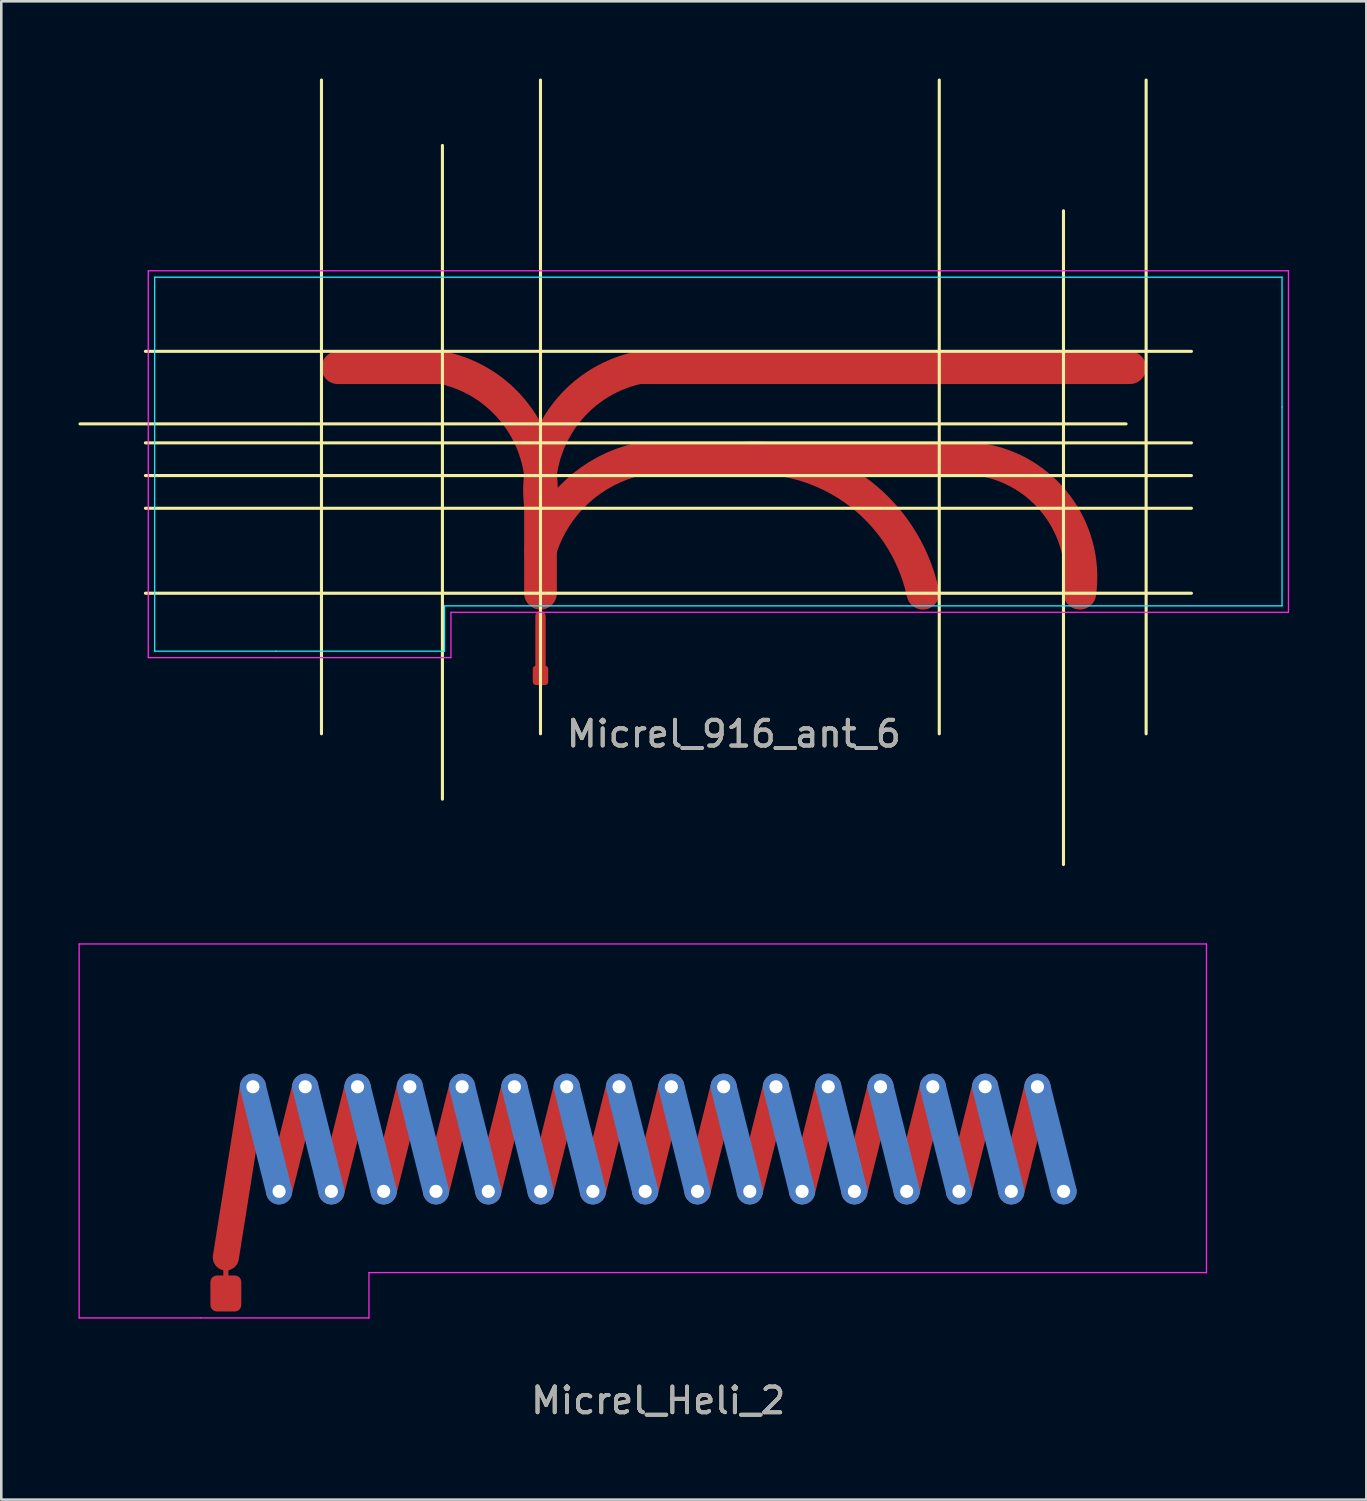
<source format=kicad_pcb>
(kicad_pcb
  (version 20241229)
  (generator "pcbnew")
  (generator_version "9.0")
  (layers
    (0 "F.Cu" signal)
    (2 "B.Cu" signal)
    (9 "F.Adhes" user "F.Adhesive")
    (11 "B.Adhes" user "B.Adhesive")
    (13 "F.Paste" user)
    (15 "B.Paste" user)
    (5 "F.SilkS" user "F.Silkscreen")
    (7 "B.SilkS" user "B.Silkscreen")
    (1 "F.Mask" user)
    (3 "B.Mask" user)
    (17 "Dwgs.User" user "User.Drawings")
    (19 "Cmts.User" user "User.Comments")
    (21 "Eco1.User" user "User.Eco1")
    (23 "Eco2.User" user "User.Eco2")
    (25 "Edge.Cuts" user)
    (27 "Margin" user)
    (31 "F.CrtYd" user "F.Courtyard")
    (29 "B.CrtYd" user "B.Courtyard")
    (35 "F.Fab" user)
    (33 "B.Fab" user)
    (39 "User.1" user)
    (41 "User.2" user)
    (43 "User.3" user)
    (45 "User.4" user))
  (footprint "Micrel_Heli_2"
    (layer "F.Cu")
    (at 22.525 41.205)
    (property "Reference" "Micrel_Heli_2" (at 0 10.16 0) (unlocked yes) (layer "F.SilkS") (effects (font (size 1 1) (thickness 0.15))))
    (attr smd)
    (fp_line (start -16.8 4.597) (end -16.8 5.8) (stroke (width 0.2) (type solid)) (layer "F.Cu"))
    (fp_line (start -16.8 4.597) (end -15.748 -2.032) (stroke (width 1.016) (type solid)) (layer "F.Cu"))
    (fp_line (start -14.732 2.032) (end -13.716 -2.032) (stroke (width 1.016) (type solid)) (layer "F.Cu"))
    (fp_line (start -12.7 2.032) (end -11.684 -2.032) (stroke (width 1.016) (type solid)) (layer "F.Cu"))
    (fp_line (start -10.668 2.032) (end -9.652 -2.032) (stroke (width 1.016) (type solid)) (layer "F.Cu"))
    (fp_line (start -8.636 2.032) (end -7.62 -2.032) (stroke (width 1.016) (type solid)) (layer "F.Cu"))
    (fp_line (start -6.604 2.032) (end -5.588 -2.032) (stroke (width 1.016) (type solid)) (layer "F.Cu"))
    (fp_line (start -4.572 2.032) (end -3.556 -2.032) (stroke (width 1.016) (type solid)) (layer "F.Cu"))
    (fp_line (start -2.54 2.032) (end -1.524 -2.032) (stroke (width 1.016) (type solid)) (layer "F.Cu"))
    (fp_line (start -0.508 2.032) (end 0.508 -2.032) (stroke (width 1.016) (type solid)) (layer "F.Cu"))
    (fp_line (start 1.524 2.032) (end 2.54 -2.032) (stroke (width 1.016) (type solid)) (layer "F.Cu"))
    (fp_line (start 3.556 2.032) (end 4.572 -2.032) (stroke (width 1.016) (type solid)) (layer "F.Cu"))
    (fp_line (start 5.588 2.032) (end 6.604 -2.032) (stroke (width 1.016) (type solid)) (layer "F.Cu"))
    (fp_line (start 7.62 2.032) (end 8.636 -2.032) (stroke (width 1.016) (type solid)) (layer "F.Cu"))
    (fp_line (start 9.652 2.032) (end 10.668 -2.032) (stroke (width 1.016) (type solid)) (layer "F.Cu"))
    (fp_line (start 11.684 2.032) (end 12.7 -2.032) (stroke (width 1.016) (type solid)) (layer "F.Cu"))
    (fp_line (start 13.716 2.032) (end 14.732 -2.032) (stroke (width 1.016) (type solid)) (layer "F.Cu"))
    (fp_line (start -14.732 2.032) (end -15.748 -2.032) (stroke (width 1.016) (type solid)) (layer "B.Cu"))
    (fp_line (start -12.7 2.032) (end -13.716 -2.032) (stroke (width 1.016) (type solid)) (layer "B.Cu"))
    (fp_line (start -10.668 2.032) (end -11.684 -2.032) (stroke (width 1.016) (type solid)) (layer "B.Cu"))
    (fp_line (start -8.636 2.032) (end -9.652 -2.032) (stroke (width 1.016) (type solid)) (layer "B.Cu"))
    (fp_line (start -6.604 2.032) (end -7.62 -2.032) (stroke (width 1.016) (type solid)) (layer "B.Cu"))
    (fp_line (start -4.572 2.032) (end -5.588 -2.032) (stroke (width 1.016) (type solid)) (layer "B.Cu"))
    (fp_line (start -2.54 2.032) (end -3.556 -2.032) (stroke (width 1.016) (type solid)) (layer "B.Cu"))
    (fp_line (start -0.508 2.032) (end -1.524 -2.032) (stroke (width 1.016) (type solid)) (layer "B.Cu"))
    (fp_line (start 1.524 2.032) (end 0.508 -2.032) (stroke (width 1.016) (type solid)) (layer "B.Cu"))
    (fp_line (start 3.556 2.032) (end 2.54 -2.032) (stroke (width 1.016) (type solid)) (layer "B.Cu"))
    (fp_line (start 5.588 2.032) (end 4.572 -2.032) (stroke (width 1.016) (type solid)) (layer "B.Cu"))
    (fp_line (start 7.62 2.032) (end 6.604 -2.032) (stroke (width 1.016) (type solid)) (layer "B.Cu"))
    (fp_line (start 9.652 2.032) (end 8.636 -2.032) (stroke (width 1.016) (type solid)) (layer "B.Cu"))
    (fp_line (start 11.684 2.032) (end 10.668 -2.032) (stroke (width 1.016) (type solid)) (layer "B.Cu"))
    (fp_line (start 13.716 2.032) (end 12.7 -2.032) (stroke (width 1.016) (type solid)) (layer "B.Cu"))
    (fp_line (start 15.748 2.032) (end 14.732 -2.032) (stroke (width 1.016) (type solid)) (layer "B.Cu"))
    (fp_line (start -22.5 -7.58) (end -22.5 6.95) (stroke (width 0.05) (type solid)) (layer "F.CrtYd"))
    (fp_line (start -22.5 -7.58) (end 21.3 -7.58) (stroke (width 0.05) (type solid)) (layer "F.CrtYd"))
    (fp_line (start -17.78 6.95) (end -22.5 6.95) (stroke (width 0.05) (type solid)) (layer "F.CrtYd"))
    (fp_line (start -11.24 6.95) (end -17.78 6.95) (stroke (width 0.05) (type solid)) (layer "F.CrtYd"))
    (fp_line (start -11.24 6.95) (end -11.24 5.189) (stroke (width 0.05) (type solid)) (layer "F.CrtYd"))
    (fp_line (start 21.3 -7.58) (end 21.3 5.189) (stroke (width 0.05) (type solid)) (layer "F.CrtYd"))
    (fp_line (start 21.3 5.189) (end -11.24 5.189) (stroke (width 0.05) (type solid)) (layer "F.CrtYd"))
    (fp_text user "${REFERENCE}" (at 0 10.16 0) (unlocked yes) (layer "F.Fab") (effects (font (size 1 1) (thickness 0.15))))
    (pad "" thru_hole circle (at -15.748 -2.032) (size 1 1) (drill 0.508) (layers "*.Cu" "*.Mask"))
    (pad "" thru_hole circle (at -14.732 2.032) (size 1 1) (drill 0.508) (layers "*.Cu" "*.Mask"))
    (pad "" thru_hole circle (at -13.716 -2.032) (size 1 1) (drill 0.508) (layers "*.Cu" "*.Mask"))
    (pad "" thru_hole circle (at -12.7 2.032) (size 1 1) (drill 0.508) (layers "*.Cu" "*.Mask"))
    (pad "" thru_hole circle (at -11.684 -2.032) (size 1 1) (drill 0.508) (layers "*.Cu" "*.Mask"))
    (pad "" thru_hole circle (at -10.668 2.032) (size 1 1) (drill 0.508) (layers "*.Cu" "*.Mask"))
    (pad "" thru_hole circle (at -9.652 -2.032) (size 1 1) (drill 0.508) (layers "*.Cu" "*.Mask"))
    (pad "" thru_hole circle (at -8.636 2.032) (size 1 1) (drill 0.508) (layers "*.Cu" "*.Mask"))
    (pad "" thru_hole circle (at -7.62 -2.032) (size 1 1) (drill 0.508) (layers "*.Cu" "*.Mask"))
    (pad "" thru_hole circle (at -6.604 2.032) (size 1 1) (drill 0.508) (layers "*.Cu" "*.Mask"))
    (pad "" thru_hole circle (at -5.588 -2.032) (size 1 1) (drill 0.508) (layers "*.Cu" "*.Mask"))
    (pad "" thru_hole circle (at -4.572 2.032) (size 1 1) (drill 0.508) (layers "*.Cu" "*.Mask"))
    (pad "" thru_hole circle (at -3.556 -2.032) (size 1 1) (drill 0.508) (layers "*.Cu" "*.Mask"))
    (pad "" thru_hole circle (at -2.54 2.032) (size 1 1) (drill 0.508) (layers "*.Cu" "*.Mask"))
    (pad "" thru_hole circle (at -1.524 -2.032) (size 1 1) (drill 0.508) (layers "*.Cu" "*.Mask"))
    (pad "" thru_hole circle (at -0.508 2.032) (size 1 1) (drill 0.508) (layers "*.Cu" "*.Mask"))
    (pad "" thru_hole circle (at 0.508 -2.032) (size 1 1) (drill 0.508) (layers "*.Cu" "*.Mask"))
    (pad "" thru_hole circle (at 1.524 2.032) (size 1 1) (drill 0.508) (layers "*.Cu" "*.Mask"))
    (pad "" thru_hole circle (at 2.54 -2.032) (size 1 1) (drill 0.508) (layers "*.Cu" "*.Mask"))
    (pad "" thru_hole circle (at 3.556 2.032) (size 1 1) (drill 0.508) (layers "*.Cu" "*.Mask"))
    (pad "" thru_hole circle (at 4.572 -2.032) (size 1 1) (drill 0.508) (layers "*.Cu" "*.Mask"))
    (pad "" thru_hole circle (at 5.588 2.032) (size 1 1) (drill 0.508) (layers "*.Cu" "*.Mask"))
    (pad "" thru_hole circle (at 6.604 -2.032) (size 1 1) (drill 0.508) (layers "*.Cu" "*.Mask"))
    (pad "" thru_hole circle (at 7.62 2.032) (size 1 1) (drill 0.508) (layers "*.Cu" "*.Mask"))
    (pad "" thru_hole circle (at 8.636 -2.032) (size 1 1) (drill 0.508) (layers "*.Cu" "*.Mask"))
    (pad "" thru_hole circle (at 9.652 2.032) (size 1 1) (drill 0.508) (layers "*.Cu" "*.Mask"))
    (pad "" thru_hole circle (at 10.668 -2.032) (size 1 1) (drill 0.508) (layers "*.Cu" "*.Mask"))
    (pad "" thru_hole circle (at 11.684 2.032) (size 1 1) (drill 0.508) (layers "*.Cu" "*.Mask"))
    (pad "" thru_hole circle (at 12.7 -2.032) (size 1 1) (drill 0.508) (layers "*.Cu" "*.Mask"))
    (pad "" thru_hole circle (at 13.716 2.032) (size 1 1) (drill 0.508) (layers "*.Cu" "*.Mask"))
    (pad "" thru_hole circle (at 14.732 -2.032) (size 1 1) (drill 0.508) (layers "*.Cu" "*.Mask"))
    (pad "" thru_hole circle (at 15.748 2.032) (size 1 1) (drill 0.508) (layers "*.Cu" "*.Mask"))
    (pad "1" smd roundrect (at -16.8 6) (size 1.2 1.4) (layers "F.Cu" "F.Mask" "F.Paste") (roundrect_rratio 0.208))
    (zone (net_name "") (layers "F.Cu" "B.Cu" "F.CrtYd") (hatch edge 0.508) (connect_pads) (min_thickness 0.254) (filled_areas_thickness no) (keepout (tracks not_allowed) (vias not_allowed) (pads not_allowed) (copperpour not_allowed) (footprints not_allowed)) (placement (enabled no)) (fill) (polygon (pts (xy 43.825 46.394) (xy 11.285 46.394) (xy 11.285 48.155) (xy 8.015 48.155) (xy 7.285 46.285) (xy 5.125 46.755) (xy 4.745 48.155) (xy 0.025 48.155) (xy 0.025 33.625) (xy 43.825 33.625)))))
  (footprint "Micrel_916_ant_6"
    (layer "F.Cu")
    (at 25.46 15.3)
    (property "Reference" "Micrel_916_ant_6" (at 0 10.16 0) (unlocked yes) (layer "F.SilkS") (effects (font (size 1 1) (thickness 0.15))))
    (attr smd)
    (fp_line (start -15.385 -4.064) (end -11.321 -4.064) (stroke (width 1.27) (type solid)) (layer "F.Cu"))
    (fp_line (start -7.511 -0.054) (end -7.511 4.699) (stroke (width 1.27) (type solid)) (layer "F.Cu"))
    (fp_line (start -7.511 5.588) (end -7.511 7.891) (stroke (width 0.4) (type solid)) (layer "F.Cu"))
    (fp_line (start -3.701 -4.064) (end 15.385 -4.064) (stroke (width 1.27) (type solid)) (layer "F.Cu"))
    (fp_line (start -3.701 -0.508) (end 9.5 -0.508) (stroke (width 1.27) (type solid)) (layer "F.Cu"))
    (fp_arc (start -11.321 -4.064) (mid -8.373027 -2.122814) (end -7.511 1.3) (stroke (width 1.27) (type solid)) (layer "F.Cu"))
    (fp_arc (start -7.511 1.3) (mid -6.648973 -2.122814) (end -3.701 -4.064) (stroke (width 1.27) (type solid)) (layer "F.Cu"))
    (fp_arc (start -7.511 3) (mid -6.075983 0.735557) (end -3.701 -0.508) (stroke (width 1.27) (type solid)) (layer "F.Cu"))
    (fp_arc (start 0 -0.508) (mid 4.686445 0.66676) (end 7.348 4.699) (stroke (width 1.27) (type solid)) (layer "F.Cu"))
    (fp_arc (start 9.5 -0.508) (mid 12.550405 1.278671) (end 13.444 4.699) (stroke (width 1.27) (type solid)) (layer "F.Cu"))
    (fp_line (start -25.4 -1.881) (end 15.24 -1.881) (stroke (width 0.12) (type solid)) (layer "F.SilkS"))
    (fp_line (start -22.86 -4.699) (end 17.78 -4.699) (stroke (width 0.12) (type solid)) (layer "F.SilkS"))
    (fp_line (start -22.86 -1.143) (end 17.78 -1.143) (stroke (width 0.12) (type solid)) (layer "F.SilkS"))
    (fp_line (start -22.86 0.127) (end 17.78 0.127) (stroke (width 0.12) (type solid)) (layer "F.SilkS"))
    (fp_line (start -22.86 1.397) (end 17.78 1.397) (stroke (width 0.12) (type solid)) (layer "F.SilkS"))
    (fp_line (start -22.86 4.699) (end 17.78 4.699) (stroke (width 0.12) (type solid)) (layer "F.SilkS"))
    (fp_line (start -16.02 -15.24) (end -16.02 10.16) (stroke (width 0.12) (type solid)) (layer "F.SilkS"))
    (fp_line (start -11.321 -12.7) (end -11.321 12.7) (stroke (width 0.12) (type solid)) (layer "F.SilkS"))
    (fp_line (start -7.511 -15.24) (end -7.511 10.16) (stroke (width 0.12) (type solid)) (layer "F.SilkS"))
    (fp_line (start 7.983 -15.24) (end 7.983 10.16) (stroke (width 0.12) (type solid)) (layer "F.SilkS"))
    (fp_line (start 12.809 -10.16) (end 12.809 15.24) (stroke (width 0.12) (type solid)) (layer "F.SilkS"))
    (fp_line (start 16.02 -15.24) (end 16.02 10.16) (stroke (width 0.12) (type solid)) (layer "F.SilkS"))
    (fp_line (start -22.5 -7.58) (end -22.5 6.95) (stroke (width 0.05) (type solid)) (layer "B.CrtYd"))
    (fp_line (start -22.5 -7.58) (end 21.3 -7.58) (stroke (width 0.05) (type solid)) (layer "B.CrtYd"))
    (fp_line (start -17.78 6.95) (end -22.5 6.95) (stroke (width 0.05) (type solid)) (layer "B.CrtYd"))
    (fp_line (start -11.24 6.95) (end -17.78 6.95) (stroke (width 0.05) (type solid)) (layer "B.CrtYd"))
    (fp_line (start -11.24 6.95) (end -11.24 5.189) (stroke (width 0.05) (type solid)) (layer "B.CrtYd"))
    (fp_line (start 21.3 -7.58) (end 21.3 -2.54) (stroke (width 0.05) (type solid)) (layer "B.CrtYd"))
    (fp_line (start 21.3 -2.54) (end 21.3 5.189) (stroke (width 0.05) (type solid)) (layer "B.CrtYd"))
    (fp_line (start 21.3 5.189) (end -11.24 5.189) (stroke (width 0.05) (type solid)) (layer "B.CrtYd"))
    (fp_line (start -22.75 -7.83) (end -22.75 7.2) (stroke (width 0.05) (type solid)) (layer "F.CrtYd"))
    (fp_line (start -22.75 -7.83) (end 21.55 -7.83) (stroke (width 0.05) (type solid)) (layer "F.CrtYd"))
    (fp_line (start -17.78 7.2) (end -22.75 7.2) (stroke (width 0.05) (type solid)) (layer "F.CrtYd"))
    (fp_line (start -10.99 7.2) (end -17.78 7.2) (stroke (width 0.05) (type solid)) (layer "F.CrtYd"))
    (fp_line (start -10.99 7.2) (end -10.99 5.439) (stroke (width 0.05) (type solid)) (layer "F.CrtYd"))
    (fp_line (start 21.55 -7.83) (end 21.55 -2.54) (stroke (width 0.05) (type solid)) (layer "F.CrtYd"))
    (fp_line (start 21.55 -2.54) (end 21.55 5.439) (stroke (width 0.05) (type solid)) (layer "F.CrtYd"))
    (fp_line (start 21.55 5.439) (end -10.99 5.439) (stroke (width 0.05) (type solid)) (layer "F.CrtYd"))
    (fp_text user "${REFERENCE}" (at 0 10.16 0) (unlocked yes) (layer "F.Fab") (effects (font (size 1 1) (thickness 0.15))))
    (pad "1" smd roundrect (at -7.511 7.891) (size 0.6 0.75) (layers "F.Cu") (roundrect_rratio 0.208))
    (zone (net_name "") (layers "F.Cu" "B.Cu" "F.CrtYd") (hatch full 0.508) (connect_pads) (min_thickness 0.254) (filled_areas_thickness no) (keepout (tracks allowed) (vias allowed) (pads allowed) (copperpour not_allowed) (footprints not_allowed)) (placement (enabled no)) (fill) (polygon (pts (xy 46.76 20.489) (xy 14.22 20.489) (xy 14.22 22.25) (xy 2.96 22.25) (xy 2.96 7.72) (xy 46.76 7.72)))))
  (gr_rect
    (start -3 -3)
    (end 50.035 55.213)
    (stroke (width 0.1) (type default))
    (fill no)
    (layer "Edge.Cuts")))
</source>
